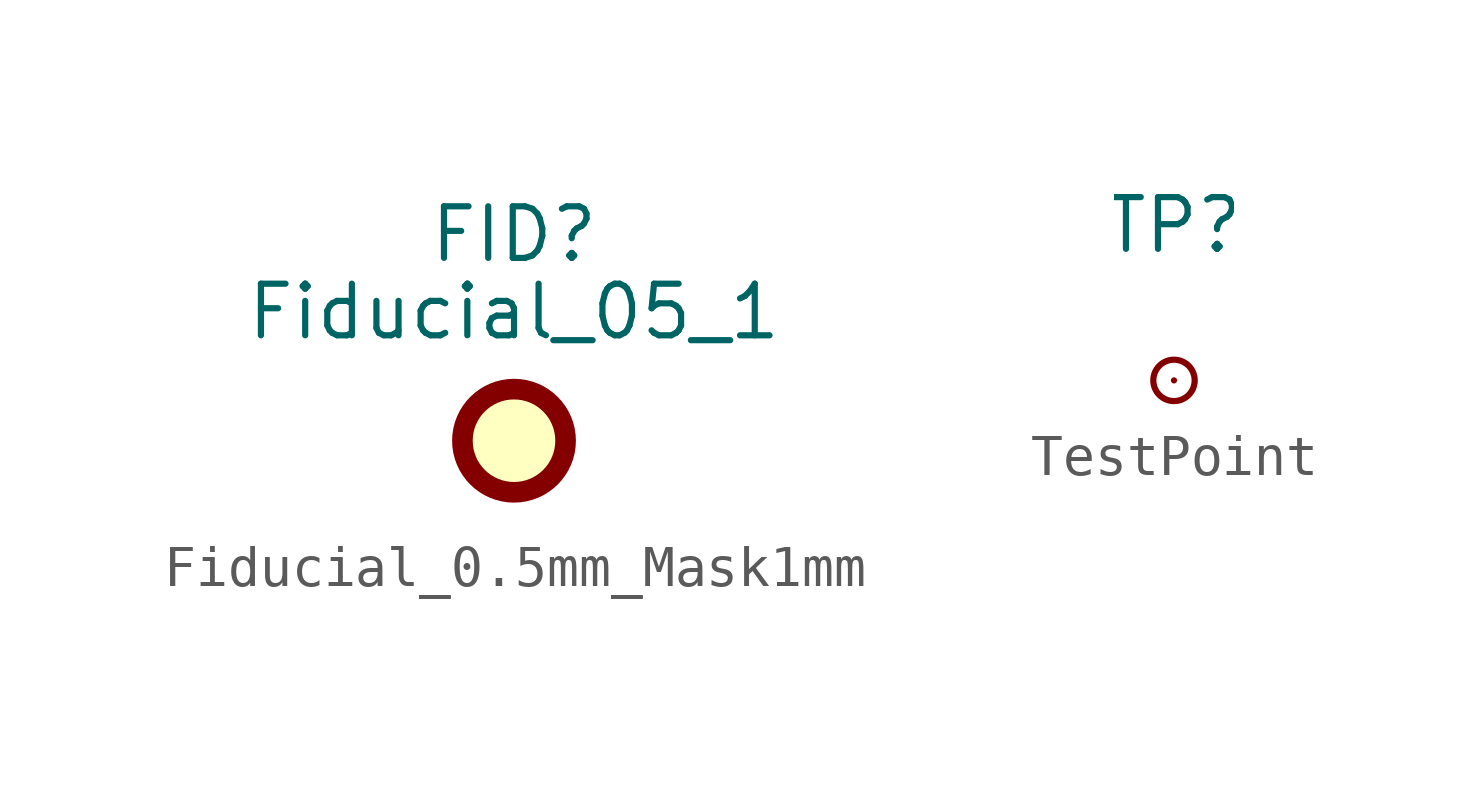
<source format=kicad_sym>
(kicad_symbol_lib
  (version 20231120)
  (generator "kicad_symbol_editor")
  (generator_version "8.0")
  (symbol "Fiducial_0.5mm_Mask1mm"
    (property "Reference" "FID"
      (at 0 5.08 0)
      (effects (font (size 1.27 1.27))))
    (property "Value" "Fiducial_05_1"
      (at 0 3.175 0)
      (effects (font (size 1.27 1.27))))
    (symbol "Fiducial_0.5mm_Mask1mm_0_1"
      (circle (center 0 0) (radius 1.27) (stroke (width 0.508) (type default)) (fill (type background)))))
  (symbol "TestPoint"
    (pin_numbers hide)
    (pin_names
      (offset 0.762) hide)
    (property "Reference" "TP"
      (at 0 3.81 0)
      (effects (font (size 1.27 1.27))))
    (symbol "TestPoint_0_1"
      (circle (center 0 0) (radius 0.508) (stroke (width 0) (type default)) (fill (type none))))
    (symbol "TestPoint_1_1"
      (pin passive line (at 0 0 90) (length 0) (name "1" (effects (font (size 1.27 1.27)))) (number "1" (effects (font (size 1.27 1.27))))))))
</source>
